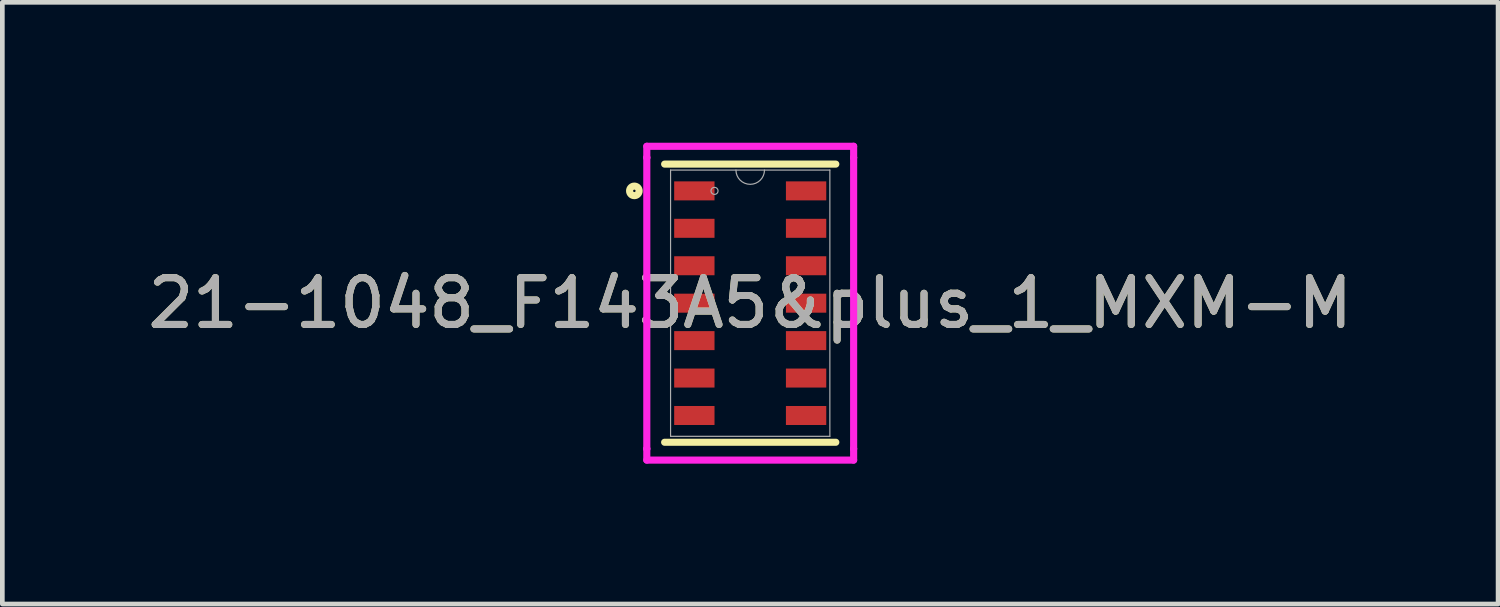
<source format=kicad_pcb>
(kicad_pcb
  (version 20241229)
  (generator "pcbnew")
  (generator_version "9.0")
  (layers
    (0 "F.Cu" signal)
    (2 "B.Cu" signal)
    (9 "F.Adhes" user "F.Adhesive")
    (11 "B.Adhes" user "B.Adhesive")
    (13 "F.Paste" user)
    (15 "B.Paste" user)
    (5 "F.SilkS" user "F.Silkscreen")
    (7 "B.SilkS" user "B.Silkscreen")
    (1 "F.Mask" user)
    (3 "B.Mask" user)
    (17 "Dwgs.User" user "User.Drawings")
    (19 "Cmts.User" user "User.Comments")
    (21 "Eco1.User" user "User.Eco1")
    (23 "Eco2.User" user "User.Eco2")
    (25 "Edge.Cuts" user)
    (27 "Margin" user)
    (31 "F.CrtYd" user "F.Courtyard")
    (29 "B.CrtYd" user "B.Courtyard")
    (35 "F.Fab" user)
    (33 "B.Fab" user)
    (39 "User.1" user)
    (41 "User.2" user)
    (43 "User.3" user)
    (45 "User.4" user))
  (footprint "21-1048_F143A5&plus_1_MXM-M"
    (layer "F.Cu")
    (at 12.982 3.429)
    (property "Reference" "21-1048_F143A5&plus_1_MXM-M" (at 0 0 0) (unlocked yes) (layer "F.SilkS") (effects (font (size 1 1) (thickness 0.15))))
    (attr smd)
    (fp_line (start -1.829 2.972) (end 1.829 2.972) (stroke (width 0.152) (type solid)) (layer "F.SilkS"))
    (fp_line (start 1.829 -2.972) (end -1.829 -2.972) (stroke (width 0.152) (type solid)) (layer "F.SilkS"))
    (fp_circle (center -2.476 -2.4) (end -2.374 -2.4) (stroke (width 0.152) (type solid)) (fill no) (layer "F.SilkS"))
    (fp_line (start -2.21 -3.353) (end 2.21 -3.353) (stroke (width 0.152) (type solid)) (layer "F.CrtYd"))
    (fp_line (start -2.21 -3.111) (end -2.21 -3.353) (stroke (width 0.152) (type solid)) (layer "F.CrtYd"))
    (fp_line (start -2.21 -3.111) (end -2.21 -3.111) (stroke (width 0.152) (type solid)) (layer "F.CrtYd"))
    (fp_line (start -2.21 3.111) (end -2.21 -3.111) (stroke (width 0.152) (type solid)) (layer "F.CrtYd"))
    (fp_line (start -2.21 3.111) (end -2.21 3.111) (stroke (width 0.152) (type solid)) (layer "F.CrtYd"))
    (fp_line (start -2.21 3.353) (end -2.21 3.111) (stroke (width 0.152) (type solid)) (layer "F.CrtYd"))
    (fp_line (start 2.21 -3.353) (end 2.21 -3.111) (stroke (width 0.152) (type solid)) (layer "F.CrtYd"))
    (fp_line (start 2.21 -3.111) (end 2.21 -3.111) (stroke (width 0.152) (type solid)) (layer "F.CrtYd"))
    (fp_line (start 2.21 -3.111) (end 2.21 3.111) (stroke (width 0.152) (type solid)) (layer "F.CrtYd"))
    (fp_line (start 2.21 3.111) (end 2.21 3.111) (stroke (width 0.152) (type solid)) (layer "F.CrtYd"))
    (fp_line (start 2.21 3.111) (end 2.21 3.353) (stroke (width 0.152) (type solid)) (layer "F.CrtYd"))
    (fp_line (start 2.21 3.353) (end -2.21 3.353) (stroke (width 0.152) (type solid)) (layer "F.CrtYd"))
    (fp_line (start -1.702 -2.845) (end -1.702 2.845) (stroke (width 0.025) (type solid)) (layer "F.Fab"))
    (fp_line (start -1.702 2.845) (end 1.702 2.845) (stroke (width 0.025) (type solid)) (layer "F.Fab"))
    (fp_line (start 1.702 -2.845) (end -1.702 -2.845) (stroke (width 0.025) (type solid)) (layer "F.Fab"))
    (fp_line (start 1.702 2.845) (end 1.702 -2.845) (stroke (width 0.025) (type solid)) (layer "F.Fab"))
    (fp_arc (start 0.3048 -2.8448) (mid 0 -2.54) (end -0.3048 -2.8448) (stroke (width 0.0254) (type solid)) (layer "F.Fab"))
    (fp_circle (center -0.763 -2.4) (end -0.687 -2.4) (stroke (width 0.025) (type solid)) (fill no) (layer "F.Fab"))
    (fp_text user "${REFERENCE}" (at 0 0 0) (unlocked yes) (layer "F.Fab") (effects (font (size 1 1) (thickness 0.15))))
    (pad "1" smd rect (at -1.194 -2.4) (size 0.862 0.406) (layers "F.Cu" "F.Mask" "F.Paste"))
    (pad "2" smd rect (at -1.194 -1.6) (size 0.862 0.406) (layers "F.Cu" "F.Mask" "F.Paste"))
    (pad "3" smd rect (at -1.194 -0.8) (size 0.862 0.406) (layers "F.Cu" "F.Mask" "F.Paste"))
    (pad "4" smd rect (at -1.194 0) (size 0.862 0.406) (layers "F.Cu" "F.Mask" "F.Paste"))
    (pad "5" smd rect (at -1.194 0.8) (size 0.862 0.406) (layers "F.Cu" "F.Mask" "F.Paste"))
    (pad "6" smd rect (at -1.194 1.6) (size 0.862 0.406) (layers "F.Cu" "F.Mask" "F.Paste"))
    (pad "7" smd rect (at -1.194 2.4) (size 0.862 0.406) (layers "F.Cu" "F.Mask" "F.Paste"))
    (pad "8" smd rect (at 1.194 2.4) (size 0.862 0.406) (layers "F.Cu" "F.Mask" "F.Paste"))
    (pad "9" smd rect (at 1.194 1.6) (size 0.862 0.406) (layers "F.Cu" "F.Mask" "F.Paste"))
    (pad "10" smd rect (at 1.194 0.8) (size 0.862 0.406) (layers "F.Cu" "F.Mask" "F.Paste"))
    (pad "11" smd rect (at 1.194 0) (size 0.862 0.406) (layers "F.Cu" "F.Mask" "F.Paste"))
    (pad "12" smd rect (at 1.194 -0.8) (size 0.862 0.406) (layers "F.Cu" "F.Mask" "F.Paste"))
    (pad "13" smd rect (at 1.194 -1.6) (size 0.862 0.406) (layers "F.Cu" "F.Mask" "F.Paste"))
    (pad "14" smd rect (at 1.194 -2.4) (size 0.862 0.406) (layers "F.Cu" "F.Mask" "F.Paste")))
  (gr_rect
    (start -3 -3)
    (end 28.964 9.858)
    (stroke (width 0.1) (type default))
    (fill no)
    (layer "Edge.Cuts")))
</source>
